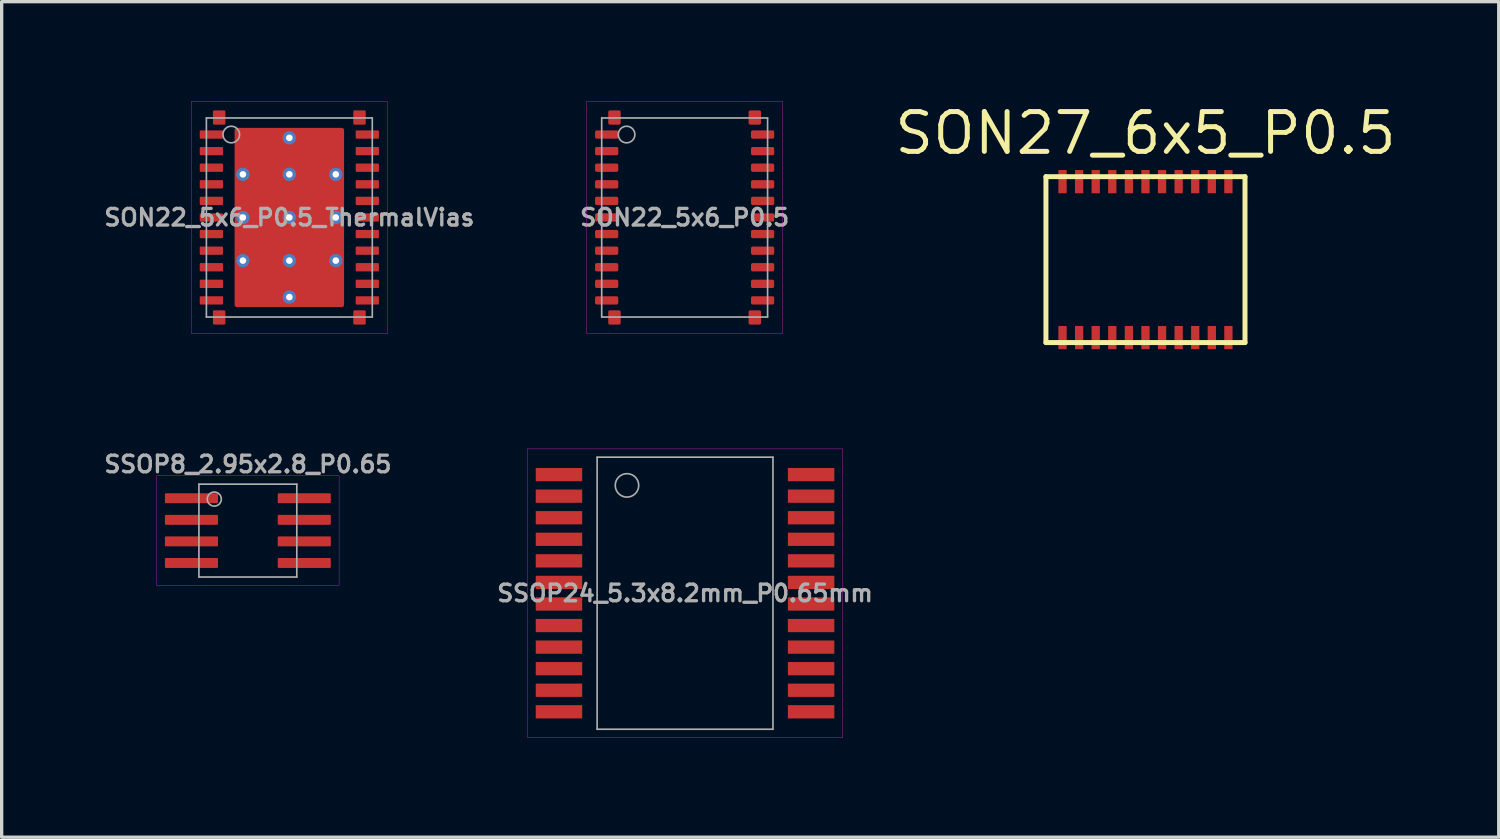
<source format=kicad_pcb>
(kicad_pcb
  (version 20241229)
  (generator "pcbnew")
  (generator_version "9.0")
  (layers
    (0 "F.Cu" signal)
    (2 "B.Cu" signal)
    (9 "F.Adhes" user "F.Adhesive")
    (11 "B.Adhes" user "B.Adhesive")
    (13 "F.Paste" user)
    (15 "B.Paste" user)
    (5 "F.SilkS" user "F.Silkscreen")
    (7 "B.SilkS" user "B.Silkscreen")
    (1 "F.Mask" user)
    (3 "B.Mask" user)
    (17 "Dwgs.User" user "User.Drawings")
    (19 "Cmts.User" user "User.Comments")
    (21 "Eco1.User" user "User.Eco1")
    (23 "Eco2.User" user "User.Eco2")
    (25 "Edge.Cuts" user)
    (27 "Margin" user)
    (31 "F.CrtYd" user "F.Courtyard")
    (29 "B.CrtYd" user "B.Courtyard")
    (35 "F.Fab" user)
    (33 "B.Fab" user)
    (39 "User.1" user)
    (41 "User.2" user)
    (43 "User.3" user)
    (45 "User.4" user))
  (footprint "SON22_5x6_P0.5"
    (layer "F.Cu")
    (at 17.586 3.505)
    (property "Reference" "SON22_5x6_P0.5" (at 0 0 0) (layer "F.Fab") (effects (font (size 0.5 0.5) (thickness 0.1))))
    (attr smd)
    (fp_line (start -2.95 -3.5) (end 2.95 -3.5) (stroke (width 0.01) (type solid)) (layer "F.CrtYd"))
    (fp_line (start -2.95 3.5) (end -2.95 -3.5) (stroke (width 0.01) (type solid)) (layer "F.CrtYd"))
    (fp_line (start 2.95 -3.5) (end 2.95 3.5) (stroke (width 0.01) (type solid)) (layer "F.CrtYd"))
    (fp_line (start 2.95 3.5) (end -2.95 3.5) (stroke (width 0.01) (type solid)) (layer "F.CrtYd"))
    (fp_line (start -2.5 -3) (end -2.5 3) (stroke (width 0.05) (type solid)) (layer "F.Fab"))
    (fp_line (start -2.5 3) (end 2.5 3) (stroke (width 0.05) (type solid)) (layer "F.Fab"))
    (fp_line (start 2.5 -3) (end -2.5 -3) (stroke (width 0.05) (type solid)) (layer "F.Fab"))
    (fp_line (start 2.5 3) (end 2.5 -3) (stroke (width 0.05) (type solid)) (layer "F.Fab"))
    (fp_circle (center -1.75 -2.5) (end -1.5 -2.5) (stroke (width 0.05) (type solid)) (fill no) (layer "F.Fab"))
    (pad "1" smd roundrect (at -2.35 -2.5 270) (size 0.25 0.7) (layers "F.Cu" "F.Mask" "F.Paste") (roundrect_rratio 0.2))
    (pad "2" smd roundrect (at -2.35 -2 270) (size 0.25 0.7) (layers "F.Cu" "F.Mask" "F.Paste") (roundrect_rratio 0.2))
    (pad "3" smd roundrect (at -2.35 -1.5 270) (size 0.25 0.7) (layers "F.Cu" "F.Mask" "F.Paste") (roundrect_rratio 0.2))
    (pad "4" smd roundrect (at -2.35 -1 270) (size 0.25 0.7) (layers "F.Cu" "F.Mask" "F.Paste") (roundrect_rratio 0.2))
    (pad "5" smd roundrect (at -2.35 -0.5 270) (size 0.25 0.7) (layers "F.Cu" "F.Mask" "F.Paste") (roundrect_rratio 0.2))
    (pad "6" smd roundrect (at -2.35 0 270) (size 0.25 0.7) (layers "F.Cu" "F.Mask" "F.Paste") (roundrect_rratio 0.2))
    (pad "7" smd roundrect (at -2.35 0.5 270) (size 0.25 0.7) (layers "F.Cu" "F.Mask" "F.Paste") (roundrect_rratio 0.2))
    (pad "8" smd roundrect (at -2.35 1 270) (size 0.25 0.7) (layers "F.Cu" "F.Mask" "F.Paste") (roundrect_rratio 0.2))
    (pad "9" smd roundrect (at -2.35 1.5 270) (size 0.25 0.7) (layers "F.Cu" "F.Mask" "F.Paste") (roundrect_rratio 0.2))
    (pad "10" smd roundrect (at -2.35 2 270) (size 0.25 0.7) (layers "F.Cu" "F.Mask" "F.Paste") (roundrect_rratio 0.2))
    (pad "11" smd roundrect (at -2.35 2.5 270) (size 0.25 0.7) (layers "F.Cu" "F.Mask" "F.Paste") (roundrect_rratio 0.2))
    (pad "12" smd roundrect (at 2.35 2.5 270) (size 0.25 0.7) (layers "F.Cu" "F.Mask" "F.Paste") (roundrect_rratio 0.2))
    (pad "13" smd roundrect (at 2.35 2 270) (size 0.25 0.7) (layers "F.Cu" "F.Mask" "F.Paste") (roundrect_rratio 0.2))
    (pad "14" smd roundrect (at 2.35 1.5 270) (size 0.25 0.7) (layers "F.Cu" "F.Mask" "F.Paste") (roundrect_rratio 0.2))
    (pad "15" smd roundrect (at 2.35 1 270) (size 0.25 0.7) (layers "F.Cu" "F.Mask" "F.Paste") (roundrect_rratio 0.2))
    (pad "16" smd roundrect (at 2.35 0.5 270) (size 0.25 0.7) (layers "F.Cu" "F.Mask" "F.Paste") (roundrect_rratio 0.2))
    (pad "17" smd roundrect (at 2.35 0 270) (size 0.25 0.7) (layers "F.Cu" "F.Mask" "F.Paste") (roundrect_rratio 0.2))
    (pad "18" smd roundrect (at 2.35 -0.5 270) (size 0.25 0.7) (layers "F.Cu" "F.Mask" "F.Paste") (roundrect_rratio 0.2))
    (pad "19" smd roundrect (at 2.35 -1 270) (size 0.25 0.7) (layers "F.Cu" "F.Mask" "F.Paste") (roundrect_rratio 0.2))
    (pad "20" smd roundrect (at 2.35 -1.5 270) (size 0.25 0.7) (layers "F.Cu" "F.Mask" "F.Paste") (roundrect_rratio 0.2))
    (pad "21" smd roundrect (at 2.35 -2 270) (size 0.25 0.7) (layers "F.Cu" "F.Mask" "F.Paste") (roundrect_rratio 0.2))
    (pad "22" smd roundrect (at 2.35 -2.5 270) (size 0.25 0.7) (layers "F.Cu" "F.Mask" "F.Paste") (roundrect_rratio 0.2))
    (pad "23" smd roundrect (at -2.115 -3.013 90) (size 0.43 0.375) (layers "F.Cu" "F.Mask" "F.Paste") (roundrect_rratio 0.133))
    (pad "24" smd roundrect (at -2.115 3.013 90) (size 0.43 0.375) (layers "F.Cu" "F.Mask" "F.Paste") (roundrect_rratio 0.133))
    (pad "25" smd roundrect (at 2.115 3.013 90) (size 0.43 0.375) (layers "F.Cu" "F.Mask" "F.Paste") (roundrect_rratio 0.133))
    (pad "26" smd roundrect (at 2.115 -3.013 90) (size 0.43 0.375) (layers "F.Cu" "F.Mask" "F.Paste") (roundrect_rratio 0.133)))
  (footprint "SSOP24_5.3x8.2mm_P0.65mm"
    (layer "F.Cu")
    (at 17.598 14.83)
    (property "Reference" "SSOP24_5.3x8.2mm_P0.65mm" (at 0 0 0) (layer "F.Fab") (effects (font (size 0.5 0.5) (thickness 0.1))))
    (attr smd)
    (fp_line (start -4.75 -4.35) (end 4.75 -4.35) (stroke (width 0.01) (type solid)) (layer "F.CrtYd"))
    (fp_line (start -4.75 4.35) (end -4.75 -4.35) (stroke (width 0.01) (type solid)) (layer "F.CrtYd"))
    (fp_line (start 4.75 -4.35) (end 4.75 4.35) (stroke (width 0.01) (type solid)) (layer "F.CrtYd"))
    (fp_line (start 4.75 4.35) (end -4.75 4.35) (stroke (width 0.01) (type solid)) (layer "F.CrtYd"))
    (fp_line (start -2.65 -4.1) (end 2.65 -4.1) (stroke (width 0.05) (type solid)) (layer "F.Fab"))
    (fp_line (start -2.65 4.1) (end -2.65 -4.1) (stroke (width 0.05) (type solid)) (layer "F.Fab"))
    (fp_line (start 2.65 -4.1) (end 2.65 4.1) (stroke (width 0.05) (type solid)) (layer "F.Fab"))
    (fp_line (start 2.65 4.1) (end -2.65 4.1) (stroke (width 0.05) (type solid)) (layer "F.Fab"))
    (fp_circle (center -1.75 -3.25) (end -2 -3) (stroke (width 0.05) (type solid)) (fill no) (layer "F.Fab"))
    (pad "1" smd rect (at -3.8 -3.575 270) (size 0.4 1.4) (layers "F.Cu" "F.Mask" "F.Paste"))
    (pad "2" smd rect (at -3.8 -2.925 270) (size 0.4 1.4) (layers "F.Cu" "F.Mask" "F.Paste"))
    (pad "3" smd rect (at -3.8 -2.275 270) (size 0.4 1.4) (layers "F.Cu" "F.Mask" "F.Paste"))
    (pad "4" smd rect (at -3.8 -1.625 270) (size 0.4 1.4) (layers "F.Cu" "F.Mask" "F.Paste"))
    (pad "5" smd rect (at -3.8 -0.975 270) (size 0.4 1.4) (layers "F.Cu" "F.Mask" "F.Paste"))
    (pad "6" smd rect (at -3.8 -0.325 270) (size 0.4 1.4) (layers "F.Cu" "F.Mask" "F.Paste"))
    (pad "7" smd rect (at -3.8 0.325 270) (size 0.4 1.4) (layers "F.Cu" "F.Mask" "F.Paste"))
    (pad "8" smd rect (at -3.8 0.975 270) (size 0.4 1.4) (layers "F.Cu" "F.Mask" "F.Paste"))
    (pad "9" smd rect (at -3.8 1.625 270) (size 0.4 1.4) (layers "F.Cu" "F.Mask" "F.Paste"))
    (pad "10" smd rect (at -3.8 2.275 270) (size 0.4 1.4) (layers "F.Cu" "F.Mask" "F.Paste"))
    (pad "11" smd rect (at -3.8 2.925 270) (size 0.4 1.4) (layers "F.Cu" "F.Mask" "F.Paste"))
    (pad "12" smd rect (at -3.8 3.575 270) (size 0.4 1.4) (layers "F.Cu" "F.Mask" "F.Paste"))
    (pad "13" smd rect (at 3.8 3.575 90) (size 0.4 1.4) (layers "F.Cu" "F.Mask" "F.Paste"))
    (pad "14" smd rect (at 3.8 2.925 90) (size 0.4 1.4) (layers "F.Cu" "F.Mask" "F.Paste"))
    (pad "15" smd rect (at 3.8 2.275 90) (size 0.4 1.4) (layers "F.Cu" "F.Mask" "F.Paste"))
    (pad "16" smd rect (at 3.8 1.625 90) (size 0.4 1.4) (layers "F.Cu" "F.Mask" "F.Paste"))
    (pad "17" smd rect (at 3.8 0.975 90) (size 0.4 1.4) (layers "F.Cu" "F.Mask" "F.Paste"))
    (pad "18" smd rect (at 3.8 0.325 90) (size 0.4 1.4) (layers "F.Cu" "F.Mask" "F.Paste"))
    (pad "19" smd rect (at 3.8 -0.325 90) (size 0.4 1.4) (layers "F.Cu" "F.Mask" "F.Paste"))
    (pad "20" smd rect (at 3.8 -0.975 90) (size 0.4 1.4) (layers "F.Cu" "F.Mask" "F.Paste"))
    (pad "21" smd rect (at 3.8 -1.625 90) (size 0.4 1.4) (layers "F.Cu" "F.Mask" "F.Paste"))
    (pad "22" smd rect (at 3.8 -2.275 90) (size 0.4 1.4) (layers "F.Cu" "F.Mask" "F.Paste"))
    (pad "23" smd rect (at 3.8 -2.925 90) (size 0.4 1.4) (layers "F.Cu" "F.Mask" "F.Paste"))
    (pad "24" smd rect (at 3.8 -3.575 90) (size 0.4 1.4) (layers "F.Cu" "F.Mask" "F.Paste")))
  (footprint "SON22_5x6_P0.5_ThermalVias"
    (layer "F.Cu")
    (at 5.671 3.505)
    (property "Reference" "SON22_5x6_P0.5_ThermalVias" (at 0 0 0) (layer "F.Fab") (effects (font (size 0.5 0.5) (thickness 0.1))))
    (attr smd)
    (fp_line (start -2.95 -3.5) (end 2.95 -3.5) (stroke (width 0.01) (type solid)) (layer "F.CrtYd"))
    (fp_line (start -2.95 3.5) (end -2.95 -3.5) (stroke (width 0.01) (type solid)) (layer "F.CrtYd"))
    (fp_line (start 2.95 -3.5) (end 2.95 3.5) (stroke (width 0.01) (type solid)) (layer "F.CrtYd"))
    (fp_line (start 2.95 3.5) (end -2.95 3.5) (stroke (width 0.01) (type solid)) (layer "F.CrtYd"))
    (fp_line (start -2.5 -3) (end -2.5 3) (stroke (width 0.05) (type solid)) (layer "F.Fab"))
    (fp_line (start -2.5 3) (end 2.5 3) (stroke (width 0.05) (type solid)) (layer "F.Fab"))
    (fp_line (start 2.5 -3) (end -2.5 -3) (stroke (width 0.05) (type solid)) (layer "F.Fab"))
    (fp_line (start 2.5 3) (end 2.5 -3) (stroke (width 0.05) (type solid)) (layer "F.Fab"))
    (fp_circle (center -1.75 -2.5) (end -1.5 -2.5) (stroke (width 0.05) (type solid)) (fill no) (layer "F.Fab"))
    (pad "" thru_hole circle (at -1.4 -1.3) (size 0.4 0.4) (drill 0.2) (layers "*.Cu"))
    (pad "" thru_hole circle (at -1.4 0) (size 0.4 0.4) (drill 0.2) (layers "*.Cu"))
    (pad "" thru_hole circle (at -1.4 1.3) (size 0.4 0.4) (drill 0.2) (layers "*.Cu"))
    (pad "" smd roundrect (at -0.8 -1.95) (size 1.4 1.1) (layers "F.Paste") (roundrect_rratio 0.1))
    (pad "" smd roundrect (at -0.8 -0.65) (size 1.4 1.1) (layers "F.Paste") (roundrect_rratio 0.1))
    (pad "" smd roundrect (at -0.8 0.65) (size 1.4 1.1) (layers "F.Paste") (roundrect_rratio 0.1))
    (pad "" smd roundrect (at -0.8 1.95) (size 1.4 1.1) (layers "F.Paste") (roundrect_rratio 0.1))
    (pad "" thru_hole circle (at 0 -2.4) (size 0.4 0.4) (drill 0.2) (layers "*.Cu"))
    (pad "" thru_hole circle (at 0 -1.3) (size 0.4 0.4) (drill 0.2) (layers "*.Cu"))
    (pad "" thru_hole circle (at 0 0) (size 0.4 0.4) (drill 0.2) (layers "*.Cu"))
    (pad "" thru_hole circle (at 0 1.3) (size 0.4 0.4) (drill 0.2) (layers "*.Cu"))
    (pad "" thru_hole circle (at 0 2.4) (size 0.4 0.4) (drill 0.2) (layers "*.Cu"))
    (pad "" smd roundrect (at 0.8 -1.95) (size 1.4 1.1) (layers "F.Paste") (roundrect_rratio 0.1))
    (pad "" smd roundrect (at 0.8 -0.65) (size 1.4 1.1) (layers "F.Paste") (roundrect_rratio 0.1))
    (pad "" smd roundrect (at 0.8 0.65) (size 1.4 1.1) (layers "F.Paste") (roundrect_rratio 0.1))
    (pad "" smd roundrect (at 0.8 1.95) (size 1.4 1.1) (layers "F.Paste") (roundrect_rratio 0.1))
    (pad "" thru_hole circle (at 1.4 -1.3) (size 0.4 0.4) (drill 0.2) (layers "*.Cu"))
    (pad "" thru_hole circle (at 1.4 0) (size 0.4 0.4) (drill 0.2) (layers "*.Cu"))
    (pad "" thru_hole circle (at 1.4 1.3) (size 0.4 0.4) (drill 0.2) (layers "*.Cu"))
    (pad "1" smd roundrect (at -2.35 -2.5 270) (size 0.25 0.7) (layers "F.Cu" "F.Mask" "F.Paste") (roundrect_rratio 0.1))
    (pad "2" smd roundrect (at -2.35 -2 270) (size 0.25 0.7) (layers "F.Cu" "F.Mask" "F.Paste") (roundrect_rratio 0.1))
    (pad "3" smd roundrect (at -2.35 -1.5 270) (size 0.25 0.7) (layers "F.Cu" "F.Mask" "F.Paste") (roundrect_rratio 0.1))
    (pad "4" smd roundrect (at -2.35 -1 270) (size 0.25 0.7) (layers "F.Cu" "F.Mask" "F.Paste") (roundrect_rratio 0.1))
    (pad "5" smd roundrect (at -2.35 -0.5 270) (size 0.25 0.7) (layers "F.Cu" "F.Mask" "F.Paste") (roundrect_rratio 0.1))
    (pad "6" smd roundrect (at -2.35 0 270) (size 0.25 0.7) (layers "F.Cu" "F.Mask" "F.Paste") (roundrect_rratio 0.1))
    (pad "7" smd roundrect (at -2.35 0.5 270) (size 0.25 0.7) (layers "F.Cu" "F.Mask" "F.Paste") (roundrect_rratio 0.1))
    (pad "8" smd roundrect (at -2.35 1 270) (size 0.25 0.7) (layers "F.Cu" "F.Mask" "F.Paste") (roundrect_rratio 0.1))
    (pad "9" smd roundrect (at -2.35 1.5 270) (size 0.25 0.7) (layers "F.Cu" "F.Mask" "F.Paste") (roundrect_rratio 0.1))
    (pad "10" smd roundrect (at -2.35 2 270) (size 0.25 0.7) (layers "F.Cu" "F.Mask" "F.Paste") (roundrect_rratio 0.1))
    (pad "11" smd roundrect (at -2.35 2.5 270) (size 0.25 0.7) (layers "F.Cu" "F.Mask" "F.Paste") (roundrect_rratio 0.1))
    (pad "12" smd roundrect (at 2.35 2.5 270) (size 0.25 0.7) (layers "F.Cu" "F.Mask" "F.Paste") (roundrect_rratio 0.1))
    (pad "13" smd roundrect (at 2.35 2 270) (size 0.25 0.7) (layers "F.Cu" "F.Mask" "F.Paste") (roundrect_rratio 0.1))
    (pad "14" smd roundrect (at 2.35 1.5 270) (size 0.25 0.7) (layers "F.Cu" "F.Mask" "F.Paste") (roundrect_rratio 0.1))
    (pad "15" smd roundrect (at 2.35 1 270) (size 0.25 0.7) (layers "F.Cu" "F.Mask" "F.Paste") (roundrect_rratio 0.1))
    (pad "16" smd roundrect (at 2.35 0.5 270) (size 0.25 0.7) (layers "F.Cu" "F.Mask" "F.Paste") (roundrect_rratio 0.1))
    (pad "17" smd roundrect (at 2.35 0 270) (size 0.25 0.7) (layers "F.Cu" "F.Mask" "F.Paste") (roundrect_rratio 0.1))
    (pad "18" smd roundrect (at 2.35 -0.5 270) (size 0.25 0.7) (layers "F.Cu" "F.Mask" "F.Paste") (roundrect_rratio 0.1))
    (pad "19" smd roundrect (at 2.35 -1 270) (size 0.25 0.7) (layers "F.Cu" "F.Mask" "F.Paste") (roundrect_rratio 0.1))
    (pad "20" smd roundrect (at 2.35 -1.5 270) (size 0.25 0.7) (layers "F.Cu" "F.Mask" "F.Paste") (roundrect_rratio 0.1))
    (pad "21" smd roundrect (at 2.35 -2 270) (size 0.25 0.7) (layers "F.Cu" "F.Mask" "F.Paste") (roundrect_rratio 0.1))
    (pad "22" smd roundrect (at 2.35 -2.5 270) (size 0.25 0.7) (layers "F.Cu" "F.Mask" "F.Paste") (roundrect_rratio 0.1))
    (pad "23" smd roundrect (at -2.115 -3.013 90) (size 0.43 0.375) (layers "F.Cu" "F.Mask" "F.Paste") (roundrect_rratio 0.1))
    (pad "24" smd roundrect (at -2.115 3.013 90) (size 0.43 0.375) (layers "F.Cu" "F.Mask" "F.Paste") (roundrect_rratio 0.1))
    (pad "25" smd roundrect (at 2.115 3.013 90) (size 0.43 0.375) (layers "F.Cu" "F.Mask" "F.Paste") (roundrect_rratio 0.1))
    (pad "26" smd roundrect (at 2.115 -3.013 90) (size 0.43 0.375) (layers "F.Cu" "F.Mask" "F.Paste") (roundrect_rratio 0.1))
    (pad "27" smd roundrect (at 0 0) (size 3.3 5.4) (layers "F.Cu" "F.Mask") (roundrect_rratio 0.02)))
  (footprint "SON27_6x5_P0.5"
    (layer "F.Cu")
    (at 31.476 4.775)
    (property "Reference" "SON27_6x5_P0.5" (at 0 -3.81 180) (layer "F.SilkS") (effects (font (size 1.2 1.2) (thickness 0.15))))
    (attr through_hole)
    (fp_line (start -3 -2.5) (end -3 2.5) (stroke (width 0.15) (type solid)) (layer "F.SilkS"))
    (fp_line (start -3 2.5) (end 3 2.5) (stroke (width 0.15) (type solid)) (layer "F.SilkS"))
    (fp_line (start 3 -2.5) (end -3 -2.5) (stroke (width 0.15) (type solid)) (layer "F.SilkS"))
    (fp_line (start 3 2.5) (end 3 -2.5) (stroke (width 0.15) (type solid)) (layer "F.SilkS"))
    (pad "1" smd rect (at -2.5 2.35) (size 0.25 0.7) (layers "F.Cu" "F.Mask" "F.Paste"))
    (pad "2" smd rect (at -2 2.35) (size 0.25 0.7) (layers "F.Cu" "F.Mask" "F.Paste"))
    (pad "3" smd rect (at -1.5 2.35) (size 0.25 0.7) (layers "F.Cu" "F.Mask" "F.Paste"))
    (pad "4" smd rect (at -1 2.35) (size 0.25 0.7) (layers "F.Cu" "F.Mask" "F.Paste"))
    (pad "5" smd rect (at -0.5 2.35) (size 0.25 0.7) (layers "F.Cu" "F.Mask" "F.Paste"))
    (pad "6" smd rect (at 0 2.35) (size 0.25 0.7) (layers "F.Cu" "F.Mask" "F.Paste"))
    (pad "7" smd rect (at 0.5 2.35) (size 0.25 0.7) (layers "F.Cu" "F.Mask" "F.Paste"))
    (pad "8" smd rect (at 1 2.35) (size 0.25 0.7) (layers "F.Cu" "F.Mask" "F.Paste"))
    (pad "9" smd rect (at 1.5 2.35) (size 0.25 0.7) (layers "F.Cu" "F.Mask" "F.Paste"))
    (pad "10" smd rect (at 2 2.35) (size 0.25 0.7) (layers "F.Cu" "F.Mask" "F.Paste"))
    (pad "11" smd rect (at 2.5 2.35) (size 0.25 0.7) (layers "F.Cu" "F.Mask" "F.Paste"))
    (pad "12" smd rect (at 2.5 -2.35) (size 0.25 0.7) (layers "F.Cu" "F.Mask" "F.Paste"))
    (pad "13" smd rect (at 2 -2.35) (size 0.25 0.7) (layers "F.Cu" "F.Mask" "F.Paste"))
    (pad "14" smd rect (at 1.5 -2.35) (size 0.25 0.7) (layers "F.Cu" "F.Mask" "F.Paste"))
    (pad "15" smd rect (at 1 -2.35) (size 0.25 0.7) (layers "F.Cu" "F.Mask" "F.Paste"))
    (pad "16" smd rect (at 0.5 -2.35) (size 0.25 0.7) (layers "F.Cu" "F.Mask" "F.Paste"))
    (pad "17" smd rect (at 0 -2.35) (size 0.25 0.7) (layers "F.Cu" "F.Mask" "F.Paste"))
    (pad "18" smd rect (at -0.5 -2.35) (size 0.25 0.7) (layers "F.Cu" "F.Mask" "F.Paste"))
    (pad "19" smd rect (at -1 -2.35) (size 0.25 0.7) (layers "F.Cu" "F.Mask" "F.Paste"))
    (pad "20" smd rect (at -1.5 -2.35) (size 0.25 0.7) (layers "F.Cu" "F.Mask" "F.Paste"))
    (pad "21" smd rect (at -2 -2.35) (size 0.25 0.7) (layers "F.Cu" "F.Mask" "F.Paste"))
    (pad "22" smd rect (at -2.5 -2.35) (size 0.25 0.7) (layers "F.Cu" "F.Mask" "F.Paste")))
  (footprint "SSOP8_2.95x2.8_P0.65"
    (layer "F.Cu")
    (at 4.421 12.943)
    (property "Reference" "SSOP8_2.95x2.8_P0.65" (at 0 -2 0) (layer "F.Fab") (effects (font (size 0.5 0.5) (thickness 0.1))))
    (attr smd)
    (fp_line (start -2.75 -1.65) (end 2.75 -1.65) (stroke (width 0.01) (type solid)) (layer "F.CrtYd"))
    (fp_line (start -2.75 1.65) (end -2.75 -1.65) (stroke (width 0.01) (type solid)) (layer "F.CrtYd"))
    (fp_line (start 2.75 -1.65) (end 2.75 1.65) (stroke (width 0.01) (type solid)) (layer "F.CrtYd"))
    (fp_line (start 2.75 1.65) (end -2.75 1.65) (stroke (width 0.01) (type solid)) (layer "F.CrtYd"))
    (fp_line (start -1.475 -1.4) (end 1.475 -1.4) (stroke (width 0.05) (type solid)) (layer "F.Fab"))
    (fp_line (start -1.475 1.4) (end -1.475 -1.4) (stroke (width 0.05) (type solid)) (layer "F.Fab"))
    (fp_line (start 1.475 -1.4) (end 1.475 1.4) (stroke (width 0.05) (type solid)) (layer "F.Fab"))
    (fp_line (start 1.475 1.4) (end -1.475 1.4) (stroke (width 0.05) (type solid)) (layer "F.Fab"))
    (fp_circle (center -1.012 -0.95) (end -0.862 -0.8) (stroke (width 0.05) (type solid)) (fill no) (layer "F.Fab"))
    (pad "1" smd roundrect (at -1.7 -0.975 270) (size 0.3 1.6) (layers "F.Cu" "F.Mask" "F.Paste") (roundrect_rratio 0.1))
    (pad "2" smd roundrect (at -1.7 -0.325 270) (size 0.3 1.6) (layers "F.Cu" "F.Mask" "F.Paste") (roundrect_rratio 0.1))
    (pad "3" smd roundrect (at -1.7 0.325 270) (size 0.3 1.6) (layers "F.Cu" "F.Mask" "F.Paste") (roundrect_rratio 0.1))
    (pad "4" smd roundrect (at -1.7 0.975 270) (size 0.3 1.6) (layers "F.Cu" "F.Mask" "F.Paste") (roundrect_rratio 0.1))
    (pad "5" smd roundrect (at 1.7 0.975 270) (size 0.3 1.6) (layers "F.Cu" "F.Mask" "F.Paste") (roundrect_rratio 0.1))
    (pad "6" smd roundrect (at 1.7 0.325 270) (size 0.3 1.6) (layers "F.Cu" "F.Mask" "F.Paste") (roundrect_rratio 0.1))
    (pad "7" smd roundrect (at 1.7 -0.325 270) (size 0.3 1.6) (layers "F.Cu" "F.Mask" "F.Paste") (roundrect_rratio 0.1))
    (pad "8" smd roundrect (at 1.7 -0.975 270) (size 0.3 1.6) (layers "F.Cu" "F.Mask" "F.Paste") (roundrect_rratio 0.1)))
  (gr_rect
    (start -3 -3)
    (end 42.124 22.185)
    (stroke (width 0.1) (type default))
    (fill no)
    (layer "Edge.Cuts")))
</source>
